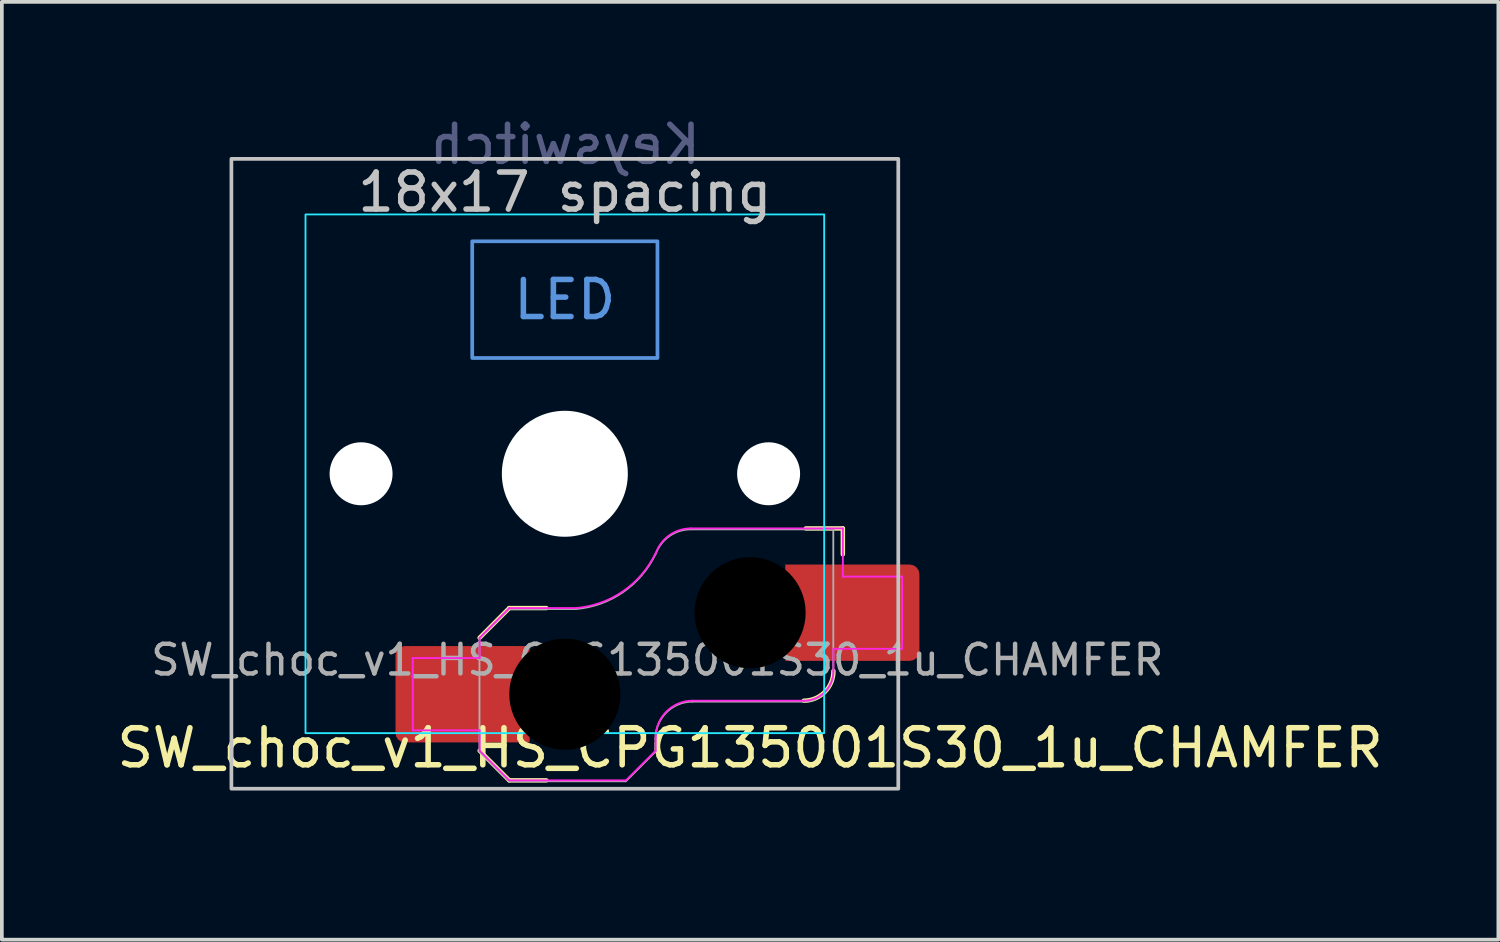
<source format=kicad_pcb>
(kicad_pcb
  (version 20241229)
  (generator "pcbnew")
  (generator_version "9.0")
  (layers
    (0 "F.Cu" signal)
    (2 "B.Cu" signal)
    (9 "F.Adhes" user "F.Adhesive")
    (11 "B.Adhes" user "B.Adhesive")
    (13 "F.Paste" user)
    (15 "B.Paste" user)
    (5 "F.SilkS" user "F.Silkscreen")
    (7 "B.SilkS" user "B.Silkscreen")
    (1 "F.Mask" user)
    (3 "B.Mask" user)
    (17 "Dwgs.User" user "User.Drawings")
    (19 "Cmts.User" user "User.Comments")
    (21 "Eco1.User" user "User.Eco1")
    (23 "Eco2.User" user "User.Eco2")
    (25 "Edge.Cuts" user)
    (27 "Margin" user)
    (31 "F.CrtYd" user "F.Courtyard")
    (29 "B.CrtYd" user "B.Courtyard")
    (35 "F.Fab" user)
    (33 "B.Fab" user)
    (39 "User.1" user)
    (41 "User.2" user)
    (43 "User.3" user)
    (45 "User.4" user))
  (footprint "SW_choc_v1_HS_CPG135001S30_1u_CHAMFER"
    (layer "F.Cu")
    (at 12.196 9.738)
    (property "Reference" "SW_choc_v1_HS_CPG135001S30_1u_CHAMFER" (at 5 7.4 180) (layer "F.SilkS") (effects (font (size 1 1) (thickness 0.15))))
    (property "Value" "Keyswitch" (at 0 0 180) (layer "F.Fab") (hide yes) (effects (font (size 1 1) (thickness 0.15))))
    (attr smd)
    (fp_line (start -2.3 7.475) (end -1.5 8.275) (stroke (width 0.12) (type solid)) (layer "F.SilkS"))
    (fp_line (start -1.5 3.625) (end -2.3 4.425) (stroke (width 0.12) (type solid)) (layer "F.SilkS"))
    (fp_line (start -1.5 3.625) (end -0.5 3.625) (stroke (width 0.12) (type solid)) (layer "F.SilkS"))
    (fp_line (start -1.5 8.275) (end -0.5 8.275) (stroke (width 0.12) (type solid)) (layer "F.SilkS"))
    (fp_line (start 7.504 1.475) (end 6.504 1.475) (stroke (width 0.12) (type solid)) (layer "F.SilkS"))
    (fp_line (start 7.504 1.475) (end 7.504 2.175) (stroke (width 0.12) (type solid)) (layer "F.SilkS"))
    (fp_arc (start 7.25 5.325) (mid 7.015685 5.890685) (end 6.45 6.125) (stroke (width 0.12) (type solid)) (layer "F.SilkS"))
    (fp_rect (start -9 -8.5) (end 9 8.5) (stroke (width 0.1) (type default)) (fill no) (layer "Dwgs.User"))
    (fp_rect (start -2.5 -6.275) (end 2.5 -3.125) (stroke (width 0.1) (type default)) (fill no) (layer "Cmts.User"))
    (fp_rect (start -9.525 -9.525) (end 9.525 9.525) (stroke (width 0.1) (type default)) (fill no) (layer "Eco1.User"))
    (fp_line (start -6.95 -6.45) (end -6.95 6.45) (stroke (width 0.05) (type solid)) (layer "Eco2.User"))
    (fp_line (start -6.45 6.95) (end 6.45 6.95) (stroke (width 0.05) (type solid)) (layer "Eco2.User"))
    (fp_line (start 6.45 -6.95) (end -6.45 -6.95) (stroke (width 0.05) (type solid)) (layer "Eco2.User"))
    (fp_line (start 6.95 6.45) (end 6.95 -6.45) (stroke (width 0.05) (type solid)) (layer "Eco2.User"))
    (fp_arc (start -6.95 -6.45) (mid -6.803553 -6.803553) (end -6.45 -6.95) (stroke (width 0.05) (type solid)) (layer "Eco2.User"))
    (fp_arc (start -6.45 6.95) (mid -6.803553 6.803553) (end -6.95 6.45) (stroke (width 0.05) (type solid)) (layer "Eco2.User"))
    (fp_arc (start 6.45 -6.95) (mid 6.803553 -6.803553) (end 6.95 -6.45) (stroke (width 0.05) (type solid)) (layer "Eco2.User"))
    (fp_arc (start 6.95 6.45) (mid 6.803553 6.803553) (end 6.45 6.95) (stroke (width 0.05) (type solid)) (layer "Eco2.User"))
    (fp_rect (start -7 -7) (end 7 7) (stroke (width 0.05) (type default)) (fill no) (layer "B.CrtYd"))
    (fp_line (start -4.104 4.975) (end -4.104 6.925) (stroke (width 0.05) (type solid)) (layer "F.CrtYd"))
    (fp_line (start -4.104 4.975) (end -2.3 4.975) (stroke (width 0.05) (type solid)) (layer "F.CrtYd"))
    (fp_line (start -4.104 6.925) (end -2.3 6.925) (stroke (width 0.05) (type solid)) (layer "F.CrtYd"))
    (fp_line (start -2.3 4.975) (end -2.3 4.425) (stroke (width 0.05) (type solid)) (layer "F.CrtYd"))
    (fp_line (start -2.3 7.475) (end -2.3 6.925) (stroke (width 0.05) (type solid)) (layer "F.CrtYd"))
    (fp_line (start -2.3 7.475) (end -1.5 8.275) (stroke (width 0.05) (type solid)) (layer "F.CrtYd"))
    (fp_line (start -1.5 3.625) (end -2.3 4.425) (stroke (width 0.05) (type solid)) (layer "F.CrtYd"))
    (fp_line (start -1.5 3.625) (end 0.3 3.625) (stroke (width 0.05) (type solid)) (layer "F.CrtYd"))
    (fp_line (start -1.5 8.275) (end 1.65 8.275) (stroke (width 0.05) (type solid)) (layer "F.CrtYd"))
    (fp_line (start 2.45 7.475) (end 1.65 8.275) (stroke (width 0.05) (type solid)) (layer "F.CrtYd"))
    (fp_line (start 2.45 7.475) (end 2.45 7.125) (stroke (width 0.05) (type solid)) (layer "F.CrtYd"))
    (fp_line (start 3.45 6.125) (end 6.45 6.125) (stroke (width 0.05) (type solid)) (layer "F.CrtYd"))
    (fp_line (start 7.25 4.725) (end 9.104 4.725) (stroke (width 0.05) (type solid)) (layer "F.CrtYd"))
    (fp_line (start 7.25 5.325) (end 7.25 4.725) (stroke (width 0.05) (type solid)) (layer "F.CrtYd"))
    (fp_line (start 7.504 1.475) (end 3.4 1.475) (stroke (width 0.05) (type solid)) (layer "F.CrtYd"))
    (fp_line (start 7.504 1.475) (end 7.504 2.175) (stroke (width 0.05) (type solid)) (layer "F.CrtYd"))
    (fp_line (start 7.504 2.175) (end 7.504 2.775) (stroke (width 0.05) (type solid)) (layer "F.CrtYd"))
    (fp_line (start 9.104 2.775) (end 7.504 2.775) (stroke (width 0.05) (type solid)) (layer "F.CrtYd"))
    (fp_line (start 9.104 4.725) (end 9.104 2.775) (stroke (width 0.05) (type solid)) (layer "F.CrtYd"))
    (fp_arc (start 2.45 7.125) (mid 2.742893 6.417893) (end 3.45 6.125) (stroke (width 0.05) (type solid)) (layer "F.CrtYd"))
    (fp_arc (start 2.455444 2.13293) (mid 1.577272 3.167235) (end 0.299999 3.624999) (stroke (width 0.05) (type solid)) (layer "F.CrtYd"))
    (fp_arc (start 2.460307 2.13298) (mid 2.826423 1.655848) (end 3.4 1.475) (stroke (width 0.05) (type solid)) (layer "F.CrtYd"))
    (fp_arc (start 7.25 5.325) (mid 7.015685 5.890685) (end 6.45 6.125) (stroke (width 0.05) (type solid)) (layer "F.CrtYd"))
    (fp_line (start -2.304 7.5) (end -2.304 4.45) (stroke (width 0.05) (type solid)) (layer "F.Fab"))
    (fp_line (start -2.304 7.5) (end -1.504 8.3) (stroke (width 0.05) (type solid)) (layer "F.Fab"))
    (fp_line (start -1.504 3.65) (end -2.304 4.45) (stroke (width 0.05) (type solid)) (layer "F.Fab"))
    (fp_line (start -1.504 3.65) (end 0.296 3.65) (stroke (width 0.05) (type solid)) (layer "F.Fab"))
    (fp_line (start -1.504 8.3) (end 1.646 8.3) (stroke (width 0.05) (type solid)) (layer "F.Fab"))
    (fp_line (start 2.446 7.5) (end 1.646 8.3) (stroke (width 0.05) (type solid)) (layer "F.Fab"))
    (fp_line (start 2.446 7.5) (end 2.446 7.15) (stroke (width 0.05) (type solid)) (layer "F.Fab"))
    (fp_line (start 3.446 6.15) (end 6.446 6.15) (stroke (width 0.05) (type solid)) (layer "F.Fab"))
    (fp_line (start 7.246 1.5) (end 3.396 1.5) (stroke (width 0.05) (type solid)) (layer "F.Fab"))
    (fp_line (start 7.246 5.35) (end 7.246 1.5) (stroke (width 0.05) (type solid)) (layer "F.Fab"))
    (fp_arc (start 2.446 7.15) (mid 2.738893 6.442893) (end 3.446 6.15) (stroke (width 0.05) (type solid)) (layer "F.Fab"))
    (fp_arc (start 2.451444 2.15793) (mid 1.573272 3.192235) (end 0.295999 3.649999) (stroke (width 0.05) (type solid)) (layer "F.Fab"))
    (fp_arc (start 2.456307 2.15798) (mid 2.822423 1.680848) (end 3.396 1.5) (stroke (width 0.05) (type solid)) (layer "F.Fab"))
    (fp_arc (start 7.246 5.35) (mid 7.011685 5.915685) (end 6.446 6.15) (stroke (width 0.05) (type solid)) (layer "F.Fab"))
    (fp_text user "18x17 spacing" (at 0 -7.6 180) (layer "Dwgs.User") (effects (font (size 1 1) (thickness 0.15))))
    (fp_text user "LED" (at 0 -4.7 0) (unlocked yes) (layer "Cmts.User") (effects (font (size 1 1) (thickness 0.15))))
    (fp_text user "19.05 spacing" (at 0 -8.7 180) (layer "Eco1.User") (effects (font (size 1 1) (thickness 0.15))))
    (fp_text user "${VALUE}" (at 0 -8.89 0) (layer "B.Fab") (effects (font (size 1 1) (thickness 0.15)) (justify mirror)))
    (fp_text user "${REFERENCE}" (at 2.496 5.025 0) (layer "F.Fab") (effects (font (size 0.8 0.8) (thickness 0.12))))
    (pad "" np_thru_hole circle (at -5.5 0 180) (size 1.7 1.7) (drill 1.7) (layers "*.Cu" "*.Mask"))
    (pad "" np_thru_hole circle (at 0 0 180) (size 3.4 3.4) (drill 3.4) (layers "*.Cu" "*.Mask"))
    (pad "" np_thru_hole circle (at 0 5.95) (size 3.3 3.3) (drill 3) (layers "*.Mask"))
    (pad "" np_thru_hole circle (at 5 3.75) (size 3.3 3.3) (drill 3) (layers "*.Mask"))
    (pad "" np_thru_hole circle (at 5.5 0 180) (size 1.7 1.7) (drill 1.7) (layers "*.Cu" "*.Mask"))
    (pad "1" smd rect (at 6.55 3.75) (size 1.2 2.6) (layers "F.Cu"))
    (pad "1" smd roundrect (at 8.245 3.75) (size 2.65 2.6) (layers "F.Cu" "F.Mask" "F.Paste") (roundrect_rratio 0.1))
    (pad "2" smd roundrect (at -3.245 5.95) (size 2.65 2.6) (layers "F.Cu" "F.Mask" "F.Paste") (roundrect_rratio 0.096))
    (pad "2" smd rect (at -1.55 5.95 180) (size 1.2 2.6) (layers "F.Cu")))
  (gr_rect
    (start -3 -3)
    (end 37.393 22.313)
    (stroke (width 0.1) (type default))
    (fill no)
    (layer "Edge.Cuts")))
</source>
